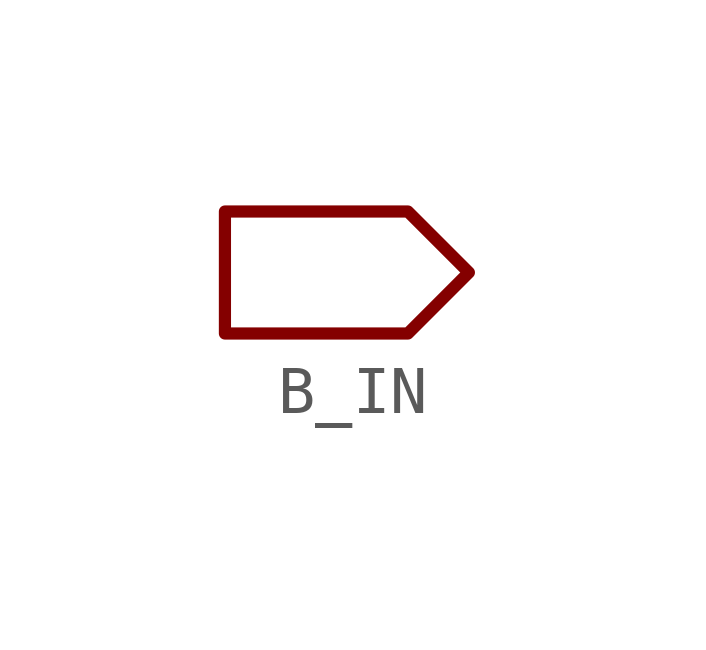
<source format=kicad_sym>
(kicad_symbol_lib
  (version 20241209)
  (generator "kicad_symbol_editor")
  (generator_version "9.0")
  (symbol "B_IN"
    (power)
    (pin_numbers
      (hide yes))
    (pin_names
      (hide yes))
    (property "Reference" "#PWR"
      (at 0 0 0)
      (effects (font (size 1.27 1.27)) (hide yes)))
    (property "Value" ""
      (at 0 0 0)
      (effects (font (size 1.27 1.27))))
    (symbol "B_IN_1_0"
      (polyline (pts (xy 0 0) (xy -1.27 -1.27) (xy -1.27 -1.27) (xy -5.08 -1.27) (xy -5.08 -1.27) (xy -5.08 1.27) (xy -5.08 1.27) (xy -1.27 1.27) (xy -1.27 1.27) (xy 0 0)) (stroke (width 0.254) (type default)) (fill (type none)))
      (pin input line (at 0 0 0) (length 0) (name "" (effects (font (size 0.025 0.025)))) (number "1" (effects (font (size 0 0))))))))
</source>
